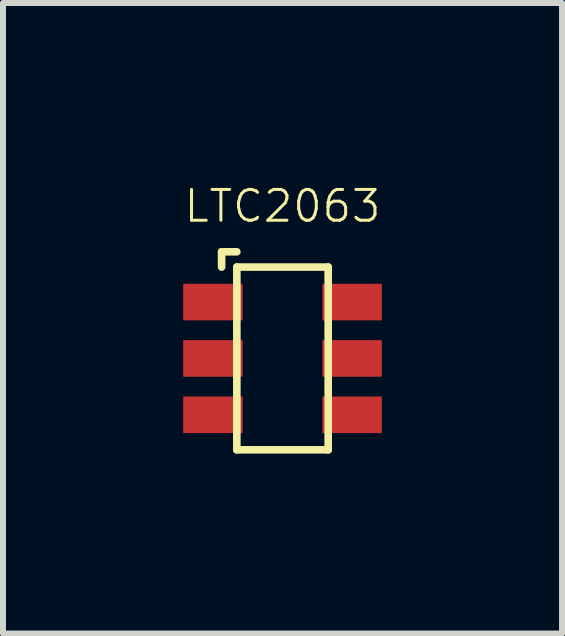
<source format=kicad_pcb>
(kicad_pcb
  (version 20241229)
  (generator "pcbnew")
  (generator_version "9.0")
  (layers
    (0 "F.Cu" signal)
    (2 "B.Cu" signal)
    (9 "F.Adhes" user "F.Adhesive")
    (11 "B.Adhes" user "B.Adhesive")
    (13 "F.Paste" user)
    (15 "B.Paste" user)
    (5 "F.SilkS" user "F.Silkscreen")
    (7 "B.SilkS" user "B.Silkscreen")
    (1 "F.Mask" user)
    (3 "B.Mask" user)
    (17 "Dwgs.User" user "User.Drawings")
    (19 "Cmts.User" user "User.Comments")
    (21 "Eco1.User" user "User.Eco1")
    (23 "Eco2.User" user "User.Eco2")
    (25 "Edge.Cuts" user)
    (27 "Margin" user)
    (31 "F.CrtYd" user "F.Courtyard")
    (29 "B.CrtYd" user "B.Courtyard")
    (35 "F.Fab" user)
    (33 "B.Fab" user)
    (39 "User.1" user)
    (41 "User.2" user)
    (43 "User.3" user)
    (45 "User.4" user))
  (footprint "LTC2063"
    (layer "F.Cu")
    (at 1.662 2.928)
    (property "Reference" "LTC2063" (at 0 -2.54 0) (layer "F.SilkS") (effects (font (size 0.514 0.514) (thickness 0.05))))
    (attr smd)
    (fp_line (start -1.016 -1.778) (end -0.762 -1.778) (stroke (width 0.127) (type solid)) (layer "F.SilkS"))
    (fp_line (start -1.016 -1.524) (end -1.016 -1.778) (stroke (width 0.127) (type solid)) (layer "F.SilkS"))
    (fp_line (start -0.762 -1.524) (end -0.762 1.524) (stroke (width 0.127) (type solid)) (layer "F.SilkS"))
    (fp_line (start -0.762 1.524) (end 0.762 1.524) (stroke (width 0.127) (type solid)) (layer "F.SilkS"))
    (fp_line (start 0.762 -1.524) (end -0.762 -1.524) (stroke (width 0.127) (type solid)) (layer "F.SilkS"))
    (fp_line (start 0.762 1.524) (end 0.762 -1.524) (stroke (width 0.127) (type solid)) (layer "F.SilkS"))
    (pad "1" smd rect (at -1.161 -0.94) (size 0.991 0.61) (layers "F.Cu" "F.Mask" "F.Paste"))
    (pad "2" smd rect (at -1.161 0) (size 0.991 0.61) (layers "F.Cu" "F.Mask" "F.Paste"))
    (pad "3" smd rect (at -1.161 0.94) (size 0.991 0.61) (layers "F.Cu" "F.Mask" "F.Paste"))
    (pad "4" smd rect (at 1.161 0.94) (size 0.991 0.61) (layers "F.Cu" "F.Mask" "F.Paste"))
    (pad "5" smd rect (at 1.161 0) (size 0.991 0.61) (layers "F.Cu" "F.Mask" "F.Paste"))
    (pad "6" smd rect (at 1.161 -0.94) (size 0.991 0.61) (layers "F.Cu" "F.Mask" "F.Paste")))
  (gr_rect
    (start -3 -3)
    (end 6.324 7.516)
    (stroke (width 0.1) (type default))
    (fill no)
    (layer "Edge.Cuts")))
</source>
